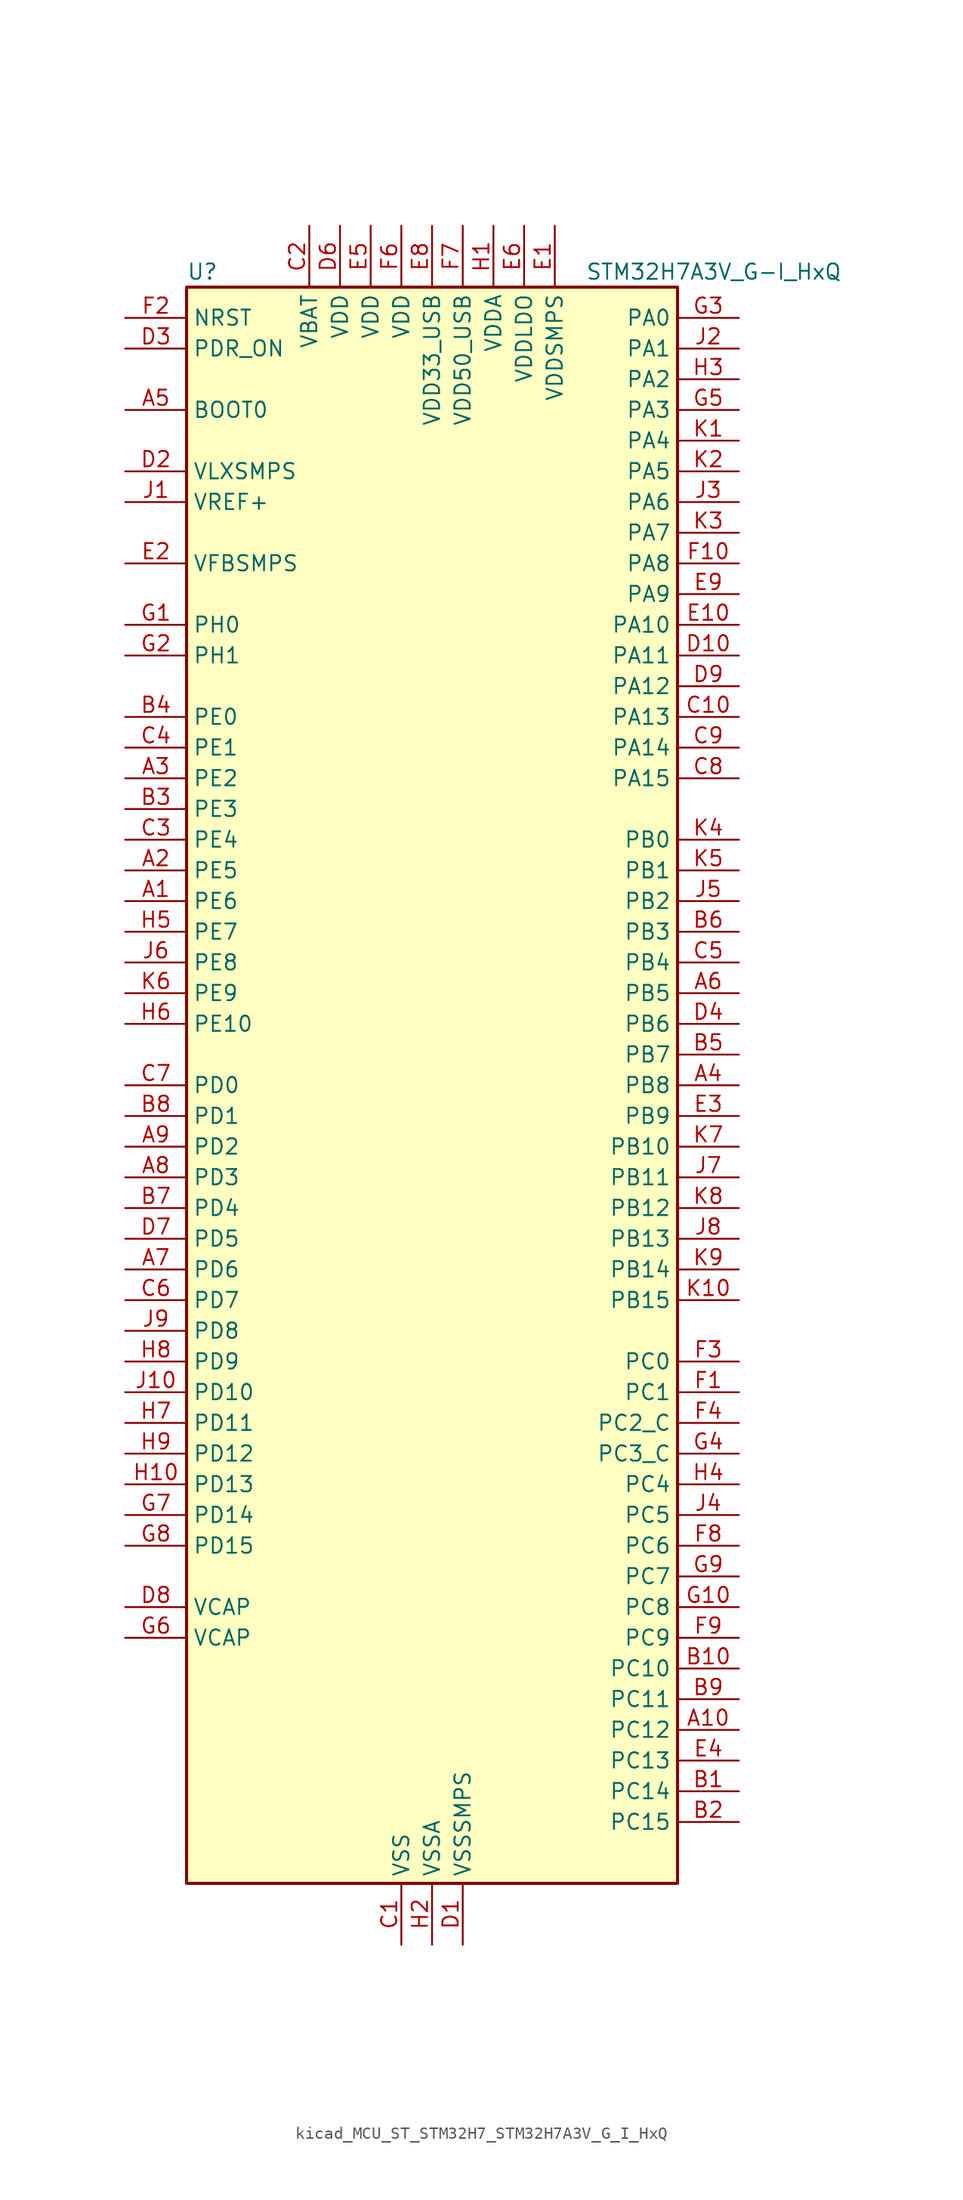
<source format=kicad_sym>
(kicad_symbol_lib
  (version 20220914)
  (generator kicad_symbol_editor)
  (symbol "kicad_MCU_ST_STM32H7_STM32H7A3V_G_I_HxQ"
    (property "Reference" "U"
      (at -20.32 67.31 0)
      (effects (font (size 1.27 1.27)) (justify left)))
    (property "Value" "STM32H7A3V_G-I_HxQ"
      (at 12.7 67.31 0)
      (effects (font (size 1.27 1.27)) (justify left)))
    (property "ki_locked" ""
      (at 0 0 0)
      (effects (font (size 1.27 1.27))))
    (symbol "kicad_MCU_ST_STM32H7_STM32H7A3V_G_I_HxQ_0_1"
      (rectangle (start -20.32 -66.04) (end 20.32 66.04) (stroke (width 0.254) (type default)) (fill (type background))))
    (symbol "kicad_MCU_ST_STM32H7_STM32H7A3V_G_I_HxQ_1_1"
      (pin bidirectional line (at -25.4 15.24 0) (length 5.08) (name "PE6" (effects (font (size 1.27 1.27)))) (number "A1" (effects (font (size 1.27 1.27)))) (alternate "DCMI_D7" bidirectional line) (alternate "DEBUG_TRACED3" bidirectional line) (alternate "FMC_A22" bidirectional line) (alternate "LTDC_G1" bidirectional line) (alternate "PSSI_D7" bidirectional line) (alternate "SAI1_D1" bidirectional line) (alternate "SAI1_SD_A" bidirectional line) (alternate "SAI2_MCLK_B" bidirectional line) (alternate "SPI4_MOSI" bidirectional line) (alternate "TIM15_CH2" bidirectional line) (alternate "TIM1_BKIN2" bidirectional line) (alternate "TIM1_BKIN2_COMP1" bidirectional line) (alternate "TIM1_BKIN2_COMP2" bidirectional line))
      (pin bidirectional line (at 25.4 -53.34 180) (length 5.08) (name "PC12" (effects (font (size 1.27 1.27)))) (number "A10" (effects (font (size 1.27 1.27)))) (alternate "DCMI_D9" bidirectional line) (alternate "DEBUG_TRACED3" bidirectional line) (alternate "DFSDM2_CKOUT" bidirectional line) (alternate "I2S3_SDO" bidirectional line) (alternate "I2S6_CK" bidirectional line) (alternate "LTDC_R6" bidirectional line) (alternate "PSSI_D9" bidirectional line) (alternate "SDMMC1_CK" bidirectional line) (alternate "SPI3_MOSI" bidirectional line) (alternate "SPI6_SCK" bidirectional line) (alternate "TIM15_CH1" bidirectional line) (alternate "UART5_TX" bidirectional line) (alternate "USART3_CK" bidirectional line))
      (pin bidirectional line (at -25.4 17.78 0) (length 5.08) (name "PE5" (effects (font (size 1.27 1.27)))) (number "A2" (effects (font (size 1.27 1.27)))) (alternate "DCMI_D6" bidirectional line) (alternate "DEBUG_TRACED2" bidirectional line) (alternate "DFSDM1_CKIN3" bidirectional line) (alternate "FMC_A21" bidirectional line) (alternate "LTDC_G0" bidirectional line) (alternate "PSSI_D6" bidirectional line) (alternate "SAI1_CK2" bidirectional line) (alternate "SAI1_SCK_A" bidirectional line) (alternate "SPI4_MISO" bidirectional line) (alternate "TIM15_CH1" bidirectional line))
      (pin bidirectional line (at -25.4 25.4 0) (length 5.08) (name "PE2" (effects (font (size 1.27 1.27)))) (number "A3" (effects (font (size 1.27 1.27)))) (alternate "DEBUG_TRACECLK" bidirectional line) (alternate "FMC_A23" bidirectional line) (alternate "OCTOSPIM_P1_IO2" bidirectional line) (alternate "SAI1_CK1" bidirectional line) (alternate "SAI1_MCLK_A" bidirectional line) (alternate "SPI4_SCK" bidirectional line) (alternate "USART10_RX" bidirectional line))
      (pin bidirectional line (at 25.4 0 180) (length 5.08) (name "PB8" (effects (font (size 1.27 1.27)))) (number "A4" (effects (font (size 1.27 1.27)))) (alternate "DCMI_D6" bidirectional line) (alternate "DFSDM1_CKIN7" bidirectional line) (alternate "FDCAN1_RX" bidirectional line) (alternate "I2C1_SCL" bidirectional line) (alternate "I2C4_SCL" bidirectional line) (alternate "LTDC_B6" bidirectional line) (alternate "PSSI_D6" bidirectional line) (alternate "SDMMC1_CKIN" bidirectional line) (alternate "SDMMC1_D4" bidirectional line) (alternate "SDMMC2_D4" bidirectional line) (alternate "TIM16_CH1" bidirectional line) (alternate "TIM4_CH3" bidirectional line) (alternate "UART4_RX" bidirectional line))
      (pin input line (at -25.4 55.88 0) (length 5.08) (name "BOOT0" (effects (font (size 1.27 1.27)))) (number "A5" (effects (font (size 1.27 1.27)))))
      (pin bidirectional line (at 25.4 7.62 180) (length 5.08) (name "PB5" (effects (font (size 1.27 1.27)))) (number "A6" (effects (font (size 1.27 1.27)))) (alternate "DCMI_D10" bidirectional line) (alternate "FDCAN2_RX" bidirectional line) (alternate "FMC_SDCKE1" bidirectional line) (alternate "I2C1_SMBA" bidirectional line) (alternate "I2C4_SMBA" bidirectional line) (alternate "I2S1_SDO" bidirectional line) (alternate "I2S3_SDO" bidirectional line) (alternate "I2S6_SDO" bidirectional line) (alternate "LTDC_B5" bidirectional line) (alternate "PSSI_D10" bidirectional line) (alternate "SPI1_MOSI" bidirectional line) (alternate "SPI3_MOSI" bidirectional line) (alternate "SPI6_MOSI" bidirectional line) (alternate "TIM17_BKIN" bidirectional line) (alternate "TIM3_CH2" bidirectional line) (alternate "UART5_RX" bidirectional line) (alternate "USB_OTG_HS_ULPI_D7" bidirectional line))
      (pin bidirectional line (at -25.4 -15.24 0) (length 5.08) (name "PD6" (effects (font (size 1.27 1.27)))) (number "A7" (effects (font (size 1.27 1.27)))) (alternate "DCMI_D10" bidirectional line) (alternate "DFSDM1_CKIN4" bidirectional line) (alternate "DFSDM1_DATIN1" bidirectional line) (alternate "FMC_NWAIT" bidirectional line) (alternate "I2S3_SDO" bidirectional line) (alternate "LTDC_B2" bidirectional line) (alternate "OCTOSPIM_P1_IO6" bidirectional line) (alternate "PSSI_D10" bidirectional line) (alternate "SAI1_D1" bidirectional line) (alternate "SAI1_SD_A" bidirectional line) (alternate "SDMMC2_CK" bidirectional line) (alternate "SPI3_MOSI" bidirectional line) (alternate "USART2_RX" bidirectional line))
      (pin bidirectional line (at -25.4 -7.62 0) (length 5.08) (name "PD3" (effects (font (size 1.27 1.27)))) (number "A8" (effects (font (size 1.27 1.27)))) (alternate "DCMI_D5" bidirectional line) (alternate "DFSDM1_CKOUT" bidirectional line) (alternate "FMC_CLK" bidirectional line) (alternate "I2S2_CK" bidirectional line) (alternate "LTDC_G7" bidirectional line) (alternate "PSSI_D5" bidirectional line) (alternate "SPI2_SCK" bidirectional line) (alternate "USART2_CTS" bidirectional line) (alternate "USART2_NSS" bidirectional line))
      (pin bidirectional line (at -25.4 -5.08 0) (length 5.08) (name "PD2" (effects (font (size 1.27 1.27)))) (number "A9" (effects (font (size 1.27 1.27)))) (alternate "DCMI_D11" bidirectional line) (alternate "DEBUG_TRACED2" bidirectional line) (alternate "LTDC_B2" bidirectional line) (alternate "LTDC_B7" bidirectional line) (alternate "PSSI_D11" bidirectional line) (alternate "SDMMC1_CMD" bidirectional line) (alternate "TIM15_BKIN" bidirectional line) (alternate "TIM3_ETR" bidirectional line) (alternate "UART5_RX" bidirectional line))
      (pin bidirectional line (at 25.4 -58.42 180) (length 5.08) (name "PC14" (effects (font (size 1.27 1.27)))) (number "B1" (effects (font (size 1.27 1.27)))) (alternate "RCC_OSC32_IN" bidirectional line))
      (pin bidirectional line (at 25.4 -48.26 180) (length 5.08) (name "PC10" (effects (font (size 1.27 1.27)))) (number "B10" (effects (font (size 1.27 1.27)))) (alternate "DCMI_D8" bidirectional line) (alternate "DFSDM1_CKIN5" bidirectional line) (alternate "DFSDM2_CKIN0" bidirectional line) (alternate "I2S3_CK" bidirectional line) (alternate "LTDC_B1" bidirectional line) (alternate "LTDC_R2" bidirectional line) (alternate "OCTOSPIM_P1_IO1" bidirectional line) (alternate "PSSI_D8" bidirectional line) (alternate "SDMMC1_D2" bidirectional line) (alternate "SPI3_SCK" bidirectional line) (alternate "SWPMI1_RX" bidirectional line) (alternate "UART4_TX" bidirectional line) (alternate "USART3_TX" bidirectional line))
      (pin bidirectional line (at 25.4 -60.96 180) (length 5.08) (name "PC15" (effects (font (size 1.27 1.27)))) (number "B2" (effects (font (size 1.27 1.27)))) (alternate "ADC1_EXTI15" bidirectional line) (alternate "ADC2_EXTI15" bidirectional line) (alternate "RCC_OSC32_OUT" bidirectional line))
      (pin bidirectional line (at -25.4 22.86 0) (length 5.08) (name "PE3" (effects (font (size 1.27 1.27)))) (number "B3" (effects (font (size 1.27 1.27)))) (alternate "DEBUG_TRACED0" bidirectional line) (alternate "FMC_A19" bidirectional line) (alternate "SAI1_SD_B" bidirectional line) (alternate "TIM15_BKIN" bidirectional line) (alternate "USART10_TX" bidirectional line))
      (pin bidirectional line (at -25.4 30.48 0) (length 5.08) (name "PE0" (effects (font (size 1.27 1.27)))) (number "B4" (effects (font (size 1.27 1.27)))) (alternate "DCMI_D2" bidirectional line) (alternate "FMC_NBL0" bidirectional line) (alternate "LPTIM1_ETR" bidirectional line) (alternate "LPTIM2_ETR" bidirectional line) (alternate "LTDC_R0" bidirectional line) (alternate "PSSI_D2" bidirectional line) (alternate "SAI2_MCLK_A" bidirectional line) (alternate "TIM4_ETR" bidirectional line) (alternate "UART8_RX" bidirectional line))
      (pin bidirectional line (at 25.4 2.54 180) (length 5.08) (name "PB7" (effects (font (size 1.27 1.27)))) (number "B5" (effects (font (size 1.27 1.27)))) (alternate "DCMI_VSYNC" bidirectional line) (alternate "DFSDM1_CKIN5" bidirectional line) (alternate "FMC_NL" bidirectional line) (alternate "I2C1_SDA" bidirectional line) (alternate "I2C4_SDA" bidirectional line) (alternate "LPUART1_RX" bidirectional line) (alternate "PSSI_RDY" bidirectional line) (alternate "PWR_PVD_IN" bidirectional line) (alternate "TIM17_CH1N" bidirectional line) (alternate "TIM4_CH2" bidirectional line) (alternate "USART1_RX" bidirectional line))
      (pin bidirectional line (at 25.4 12.7 180) (length 5.08) (name "PB3" (effects (font (size 1.27 1.27)))) (number "B6" (effects (font (size 1.27 1.27)))) (alternate "CRS_SYNC" bidirectional line) (alternate "DEBUG_JTDO-SWO" bidirectional line) (alternate "I2S1_CK" bidirectional line) (alternate "I2S3_CK" bidirectional line) (alternate "I2S6_CK" bidirectional line) (alternate "SDMMC2_D2" bidirectional line) (alternate "SPI1_SCK" bidirectional line) (alternate "SPI3_SCK" bidirectional line) (alternate "SPI6_SCK" bidirectional line) (alternate "TIM2_CH2" bidirectional line) (alternate "UART7_RX" bidirectional line))
      (pin bidirectional line (at -25.4 -10.16 0) (length 5.08) (name "PD4" (effects (font (size 1.27 1.27)))) (number "B7" (effects (font (size 1.27 1.27)))) (alternate "FMC_NOE" bidirectional line) (alternate "OCTOSPIM_P1_IO4" bidirectional line) (alternate "USART2_DE" bidirectional line) (alternate "USART2_RTS" bidirectional line))
      (pin bidirectional line (at -25.4 -2.54 0) (length 5.08) (name "PD1" (effects (font (size 1.27 1.27)))) (number "B8" (effects (font (size 1.27 1.27)))) (alternate "DFSDM1_DATIN6" bidirectional line) (alternate "FDCAN1_TX" bidirectional line) (alternate "FMC_D3" bidirectional line) (alternate "FMC_DA3" bidirectional line) (alternate "UART4_TX" bidirectional line))
      (pin bidirectional line (at 25.4 -50.8 180) (length 5.08) (name "PC11" (effects (font (size 1.27 1.27)))) (number "B9" (effects (font (size 1.27 1.27)))) (alternate "ADC1_EXTI11" bidirectional line) (alternate "ADC2_EXTI11" bidirectional line) (alternate "DCMI_D4" bidirectional line) (alternate "DFSDM1_DATIN5" bidirectional line) (alternate "DFSDM2_DATIN0" bidirectional line) (alternate "I2S3_SDI" bidirectional line) (alternate "LTDC_B4" bidirectional line) (alternate "OCTOSPIM_P1_NCS" bidirectional line) (alternate "PSSI_D4" bidirectional line) (alternate "SDMMC1_D3" bidirectional line) (alternate "SPI3_MISO" bidirectional line) (alternate "UART4_RX" bidirectional line) (alternate "USART3_RX" bidirectional line))
      (pin power_in line (at -2.54 -71.12 90) (length 5.08) (name "VSS" (effects (font (size 1.27 1.27)))) (number "C1" (effects (font (size 1.27 1.27)))))
      (pin bidirectional line (at 25.4 30.48 180) (length 5.08) (name "PA13" (effects (font (size 1.27 1.27)))) (number "C10" (effects (font (size 1.27 1.27)))) (alternate "DEBUG_JTMS-SWDIO" bidirectional line))
      (pin power_in line (at -10.16 71.12 270) (length 5.08) (name "VBAT" (effects (font (size 1.27 1.27)))) (number "C2" (effects (font (size 1.27 1.27)))))
      (pin bidirectional line (at -25.4 20.32 0) (length 5.08) (name "PE4" (effects (font (size 1.27 1.27)))) (number "C3" (effects (font (size 1.27 1.27)))) (alternate "DCMI_D4" bidirectional line) (alternate "DEBUG_TRACED1" bidirectional line) (alternate "DFSDM1_DATIN3" bidirectional line) (alternate "FMC_A20" bidirectional line) (alternate "LTDC_B0" bidirectional line) (alternate "PSSI_D4" bidirectional line) (alternate "SAI1_D2" bidirectional line) (alternate "SAI1_FS_A" bidirectional line) (alternate "SPI4_NSS" bidirectional line) (alternate "TIM15_CH1N" bidirectional line))
      (pin bidirectional line (at -25.4 27.94 0) (length 5.08) (name "PE1" (effects (font (size 1.27 1.27)))) (number "C4" (effects (font (size 1.27 1.27)))) (alternate "DCMI_D3" bidirectional line) (alternate "FMC_NBL1" bidirectional line) (alternate "LPTIM1_IN2" bidirectional line) (alternate "LTDC_R6" bidirectional line) (alternate "PSSI_D3" bidirectional line) (alternate "UART8_TX" bidirectional line))
      (pin bidirectional line (at 25.4 10.16 180) (length 5.08) (name "PB4" (effects (font (size 1.27 1.27)))) (number "C5" (effects (font (size 1.27 1.27)))) (alternate "DEBUG_JTRST" bidirectional line) (alternate "I2S1_SDI" bidirectional line) (alternate "I2S2_WS" bidirectional line) (alternate "I2S3_SDI" bidirectional line) (alternate "I2S6_SDI" bidirectional line) (alternate "SDMMC2_D3" bidirectional line) (alternate "SPI1_MISO" bidirectional line) (alternate "SPI2_NSS" bidirectional line) (alternate "SPI3_MISO" bidirectional line) (alternate "SPI6_MISO" bidirectional line) (alternate "TIM16_BKIN" bidirectional line) (alternate "TIM3_CH1" bidirectional line) (alternate "UART7_TX" bidirectional line))
      (pin bidirectional line (at -25.4 -17.78 0) (length 5.08) (name "PD7" (effects (font (size 1.27 1.27)))) (number "C6" (effects (font (size 1.27 1.27)))) (alternate "DFSDM1_CKIN1" bidirectional line) (alternate "DFSDM1_DATIN4" bidirectional line) (alternate "FMC_NE1" bidirectional line) (alternate "I2S1_SDO" bidirectional line) (alternate "OCTOSPIM_P1_IO7" bidirectional line) (alternate "SDMMC2_CMD" bidirectional line) (alternate "SPDIFRX_IN0" bidirectional line) (alternate "SPI1_MOSI" bidirectional line) (alternate "USART2_CK" bidirectional line))
      (pin bidirectional line (at -25.4 0 0) (length 5.08) (name "PD0" (effects (font (size 1.27 1.27)))) (number "C7" (effects (font (size 1.27 1.27)))) (alternate "DFSDM1_CKIN6" bidirectional line) (alternate "FDCAN1_RX" bidirectional line) (alternate "FMC_D2" bidirectional line) (alternate "FMC_DA2" bidirectional line) (alternate "LTDC_B1" bidirectional line) (alternate "UART4_RX" bidirectional line) (alternate "UART9_CTS" bidirectional line))
      (pin bidirectional line (at 25.4 25.4 180) (length 5.08) (name "PA15" (effects (font (size 1.27 1.27)))) (number "C8" (effects (font (size 1.27 1.27)))) (alternate "ADC1_EXTI15" bidirectional line) (alternate "ADC2_EXTI15" bidirectional line) (alternate "CEC" bidirectional line) (alternate "DEBUG_JTDI" bidirectional line) (alternate "I2S1_WS" bidirectional line) (alternate "I2S3_WS" bidirectional line) (alternate "I2S6_WS" bidirectional line) (alternate "LTDC_B6" bidirectional line) (alternate "LTDC_R3" bidirectional line) (alternate "SPI1_NSS" bidirectional line) (alternate "SPI3_NSS" bidirectional line) (alternate "SPI6_NSS" bidirectional line) (alternate "TIM2_CH1" bidirectional line) (alternate "TIM2_ETR" bidirectional line) (alternate "UART4_DE" bidirectional line) (alternate "UART4_RTS" bidirectional line) (alternate "UART7_TX" bidirectional line))
      (pin bidirectional line (at 25.4 27.94 180) (length 5.08) (name "PA14" (effects (font (size 1.27 1.27)))) (number "C9" (effects (font (size 1.27 1.27)))) (alternate "DEBUG_JTCK-SWCLK" bidirectional line))
      (pin power_in line (at 2.54 -71.12 90) (length 5.08) (name "VSSSMPS" (effects (font (size 1.27 1.27)))) (number "D1" (effects (font (size 1.27 1.27)))))
      (pin bidirectional line (at 25.4 35.56 180) (length 5.08) (name "PA11" (effects (font (size 1.27 1.27)))) (number "D10" (effects (font (size 1.27 1.27)))) (alternate "ADC1_EXTI11" bidirectional line) (alternate "ADC2_EXTI11" bidirectional line) (alternate "FDCAN1_RX" bidirectional line) (alternate "I2S2_WS" bidirectional line) (alternate "LPUART1_CTS" bidirectional line) (alternate "LTDC_R4" bidirectional line) (alternate "SPI2_NSS" bidirectional line) (alternate "TIM1_CH4" bidirectional line) (alternate "UART4_RX" bidirectional line) (alternate "USART1_CTS" bidirectional line) (alternate "USART1_NSS" bidirectional line) (alternate "USB_OTG_HS_DM" bidirectional line))
      (pin power_in line (at -25.4 50.8 0) (length 5.08) (name "VLXSMPS" (effects (font (size 1.27 1.27)))) (number "D2" (effects (font (size 1.27 1.27)))))
      (pin input line (at -25.4 60.96 0) (length 5.08) (name "PDR_ON" (effects (font (size 1.27 1.27)))) (number "D3" (effects (font (size 1.27 1.27)))))
      (pin bidirectional line (at 25.4 5.08 180) (length 5.08) (name "PB6" (effects (font (size 1.27 1.27)))) (number "D4" (effects (font (size 1.27 1.27)))) (alternate "CEC" bidirectional line) (alternate "DCMI_D5" bidirectional line) (alternate "DFSDM1_DATIN5" bidirectional line) (alternate "FDCAN2_TX" bidirectional line) (alternate "FMC_SDNE1" bidirectional line) (alternate "I2C1_SCL" bidirectional line) (alternate "I2C4_SCL" bidirectional line) (alternate "LPUART1_TX" bidirectional line) (alternate "OCTOSPIM_P1_NCS" bidirectional line) (alternate "PSSI_D5" bidirectional line) (alternate "TIM16_CH1N" bidirectional line) (alternate "TIM4_CH1" bidirectional line) (alternate "UART5_TX" bidirectional line) (alternate "USART1_TX" bidirectional line))
      (pin passive line (at -2.54 -71.12 90) (length 5.08) hide (name "VSS" (effects (font (size 1.27 1.27)))) (number "D5" (effects (font (size 1.27 1.27)))))
      (pin power_in line (at -7.62 71.12 270) (length 5.08) (name "VDD" (effects (font (size 1.27 1.27)))) (number "D6" (effects (font (size 1.27 1.27)))))
      (pin bidirectional line (at -25.4 -12.7 0) (length 5.08) (name "PD5" (effects (font (size 1.27 1.27)))) (number "D7" (effects (font (size 1.27 1.27)))) (alternate "FMC_NWE" bidirectional line) (alternate "OCTOSPIM_P1_IO5" bidirectional line) (alternate "USART2_TX" bidirectional line))
      (pin power_out line (at -25.4 -43.18 0) (length 5.08) (name "VCAP" (effects (font (size 1.27 1.27)))) (number "D8" (effects (font (size 1.27 1.27)))))
      (pin bidirectional line (at 25.4 33.02 180) (length 5.08) (name "PA12" (effects (font (size 1.27 1.27)))) (number "D9" (effects (font (size 1.27 1.27)))) (alternate "FDCAN1_TX" bidirectional line) (alternate "I2S2_CK" bidirectional line) (alternate "LPUART1_DE" bidirectional line) (alternate "LPUART1_RTS" bidirectional line) (alternate "LTDC_R5" bidirectional line) (alternate "SAI2_FS_B" bidirectional line) (alternate "SPI2_SCK" bidirectional line) (alternate "TIM1_ETR" bidirectional line) (alternate "UART4_TX" bidirectional line) (alternate "USART1_DE" bidirectional line) (alternate "USART1_RTS" bidirectional line) (alternate "USB_OTG_HS_DP" bidirectional line))
      (pin power_in line (at 10.16 71.12 270) (length 5.08) (name "VDDSMPS" (effects (font (size 1.27 1.27)))) (number "E1" (effects (font (size 1.27 1.27)))))
      (pin bidirectional line (at 25.4 38.1 180) (length 5.08) (name "PA10" (effects (font (size 1.27 1.27)))) (number "E10" (effects (font (size 1.27 1.27)))) (alternate "DCMI_D1" bidirectional line) (alternate "LPUART1_RX" bidirectional line) (alternate "LTDC_B1" bidirectional line) (alternate "LTDC_B4" bidirectional line) (alternate "MDIOS_MDIO" bidirectional line) (alternate "PSSI_D1" bidirectional line) (alternate "TIM1_CH3" bidirectional line) (alternate "USART1_RX" bidirectional line) (alternate "USB_OTG_HS_ID" bidirectional line))
      (pin input line (at -25.4 43.18 0) (length 5.08) (name "VFBSMPS" (effects (font (size 1.27 1.27)))) (number "E2" (effects (font (size 1.27 1.27)))))
      (pin bidirectional line (at 25.4 -2.54 180) (length 5.08) (name "PB9" (effects (font (size 1.27 1.27)))) (number "E3" (effects (font (size 1.27 1.27)))) (alternate "DAC1_EXTI9" bidirectional line) (alternate "DCMI_D7" bidirectional line) (alternate "DFSDM1_DATIN7" bidirectional line) (alternate "FDCAN1_TX" bidirectional line) (alternate "I2C1_SDA" bidirectional line) (alternate "I2C4_SDA" bidirectional line) (alternate "I2C4_SMBA" bidirectional line) (alternate "I2S2_WS" bidirectional line) (alternate "LTDC_B7" bidirectional line) (alternate "PSSI_D7" bidirectional line) (alternate "SDMMC1_CDIR" bidirectional line) (alternate "SDMMC1_D5" bidirectional line) (alternate "SDMMC2_D5" bidirectional line) (alternate "SPI2_NSS" bidirectional line) (alternate "TIM17_CH1" bidirectional line) (alternate "TIM4_CH4" bidirectional line) (alternate "UART4_TX" bidirectional line))
      (pin bidirectional line (at 25.4 -55.88 180) (length 5.08) (name "PC13" (effects (font (size 1.27 1.27)))) (number "E4" (effects (font (size 1.27 1.27)))) (alternate "PWR_WKUP4" bidirectional line) (alternate "RTC_OUT_ALARM" bidirectional line) (alternate "RTC_OUT_CALIB" bidirectional line) (alternate "RTC_TAMP1" bidirectional line) (alternate "RTC_TS" bidirectional line))
      (pin power_in line (at -5.08 71.12 270) (length 5.08) (name "VDD" (effects (font (size 1.27 1.27)))) (number "E5" (effects (font (size 1.27 1.27)))))
      (pin power_in line (at 7.62 71.12 270) (length 5.08) (name "VDDLDO" (effects (font (size 1.27 1.27)))) (number "E6" (effects (font (size 1.27 1.27)))))
      (pin passive line (at -2.54 -71.12 90) (length 5.08) hide (name "VSS" (effects (font (size 1.27 1.27)))) (number "E7" (effects (font (size 1.27 1.27)))))
      (pin power_in line (at 0 71.12 270) (length 5.08) (name "VDD33_USB" (effects (font (size 1.27 1.27)))) (number "E8" (effects (font (size 1.27 1.27)))))
      (pin bidirectional line (at 25.4 40.64 180) (length 5.08) (name "PA9" (effects (font (size 1.27 1.27)))) (number "E9" (effects (font (size 1.27 1.27)))) (alternate "DAC1_EXTI9" bidirectional line) (alternate "DCMI_D0" bidirectional line) (alternate "I2C3_SMBA" bidirectional line) (alternate "I2S2_CK" bidirectional line) (alternate "LPUART1_TX" bidirectional line) (alternate "LTDC_R5" bidirectional line) (alternate "PSSI_D0" bidirectional line) (alternate "SPI2_SCK" bidirectional line) (alternate "TIM1_CH2" bidirectional line) (alternate "USART1_TX" bidirectional line) (alternate "USB_OTG_HS_VBUS" bidirectional line))
      (pin bidirectional line (at 25.4 -25.4 180) (length 5.08) (name "PC1" (effects (font (size 1.27 1.27)))) (number "F1" (effects (font (size 1.27 1.27)))) (alternate "ADC1_INN10" bidirectional line) (alternate "ADC1_INP11" bidirectional line) (alternate "ADC2_INN10" bidirectional line) (alternate "ADC2_INP11" bidirectional line) (alternate "DEBUG_TRACED0" bidirectional line) (alternate "DFSDM1_CKIN4" bidirectional line) (alternate "DFSDM1_DATIN0" bidirectional line) (alternate "I2S2_SDO" bidirectional line) (alternate "LTDC_G5" bidirectional line) (alternate "MDIOS_MDC" bidirectional line) (alternate "OCTOSPIM_P1_IO4" bidirectional line) (alternate "PWR_WKUP6" bidirectional line) (alternate "RTC_TAMP3" bidirectional line) (alternate "SAI1_D1" bidirectional line) (alternate "SAI1_SD_A" bidirectional line) (alternate "SDMMC2_CK" bidirectional line) (alternate "SPI2_MOSI" bidirectional line))
      (pin bidirectional line (at 25.4 43.18 180) (length 5.08) (name "PA8" (effects (font (size 1.27 1.27)))) (number "F10" (effects (font (size 1.27 1.27)))) (alternate "I2C3_SCL" bidirectional line) (alternate "LTDC_B3" bidirectional line) (alternate "LTDC_R6" bidirectional line) (alternate "RCC_MCO_1" bidirectional line) (alternate "TIM1_CH1" bidirectional line) (alternate "TIM8_BKIN2" bidirectional line) (alternate "TIM8_BKIN2_COMP1" bidirectional line) (alternate "TIM8_BKIN2_COMP2" bidirectional line) (alternate "UART7_RX" bidirectional line) (alternate "USART1_CK" bidirectional line) (alternate "USB_OTG_HS_SOF" bidirectional line))
      (pin input line (at -25.4 63.5 0) (length 5.08) (name "NRST" (effects (font (size 1.27 1.27)))) (number "F2" (effects (font (size 1.27 1.27)))))
      (pin bidirectional line (at 25.4 -22.86 180) (length 5.08) (name "PC0" (effects (font (size 1.27 1.27)))) (number "F3" (effects (font (size 1.27 1.27)))) (alternate "ADC1_INP10" bidirectional line) (alternate "ADC2_INP10" bidirectional line) (alternate "DFSDM1_CKIN0" bidirectional line) (alternate "DFSDM1_DATIN4" bidirectional line) (alternate "FMC_A25" bidirectional line) (alternate "FMC_SDNWE" bidirectional line) (alternate "LTDC_G2" bidirectional line) (alternate "LTDC_R5" bidirectional line) (alternate "SAI2_FS_B" bidirectional line) (alternate "USB_OTG_HS_ULPI_STP" bidirectional line))
      (pin bidirectional line (at 25.4 -27.94 180) (length 5.08) (name "PC2_C" (effects (font (size 1.27 1.27)))) (number "F4" (effects (font (size 1.27 1.27)))) (alternate "ADC2_INN1" bidirectional line) (alternate "ADC2_INP0" bidirectional line) (alternate "DFSDM1_CKIN1" bidirectional line) (alternate "DFSDM1_CKOUT" bidirectional line) (alternate "FMC_SDNE0" bidirectional line) (alternate "I2S2_SDI" bidirectional line) (alternate "OCTOSPIM_P1_IO2" bidirectional line) (alternate "OCTOSPIM_P1_IO5" bidirectional line) (alternate "PWR_CSTOP" bidirectional line) (alternate "SPI2_MISO" bidirectional line) (alternate "USB_OTG_HS_ULPI_DIR" bidirectional line))
      (pin passive line (at -2.54 -71.12 90) (length 5.08) hide (name "VSS" (effects (font (size 1.27 1.27)))) (number "F5" (effects (font (size 1.27 1.27)))))
      (pin power_in line (at -2.54 71.12 270) (length 5.08) (name "VDD" (effects (font (size 1.27 1.27)))) (number "F6" (effects (font (size 1.27 1.27)))))
      (pin power_in line (at 2.54 71.12 270) (length 5.08) (name "VDD50_USB" (effects (font (size 1.27 1.27)))) (number "F7" (effects (font (size 1.27 1.27)))))
      (pin bidirectional line (at 25.4 -38.1 180) (length 5.08) (name "PC6" (effects (font (size 1.27 1.27)))) (number "F8" (effects (font (size 1.27 1.27)))) (alternate "DCMI_D0" bidirectional line) (alternate "DFSDM1_CKIN3" bidirectional line) (alternate "FMC_NWAIT" bidirectional line) (alternate "I2S2_MCK" bidirectional line) (alternate "LTDC_HSYNC" bidirectional line) (alternate "PSSI_D0" bidirectional line) (alternate "SDMMC1_D0DIR" bidirectional line) (alternate "SDMMC1_D6" bidirectional line) (alternate "SDMMC2_D6" bidirectional line) (alternate "SWPMI1_IO" bidirectional line) (alternate "TIM3_CH1" bidirectional line) (alternate "TIM8_CH1" bidirectional line) (alternate "USART6_TX" bidirectional line))
      (pin bidirectional line (at 25.4 -45.72 180) (length 5.08) (name "PC9" (effects (font (size 1.27 1.27)))) (number "F9" (effects (font (size 1.27 1.27)))) (alternate "DAC1_EXTI9" bidirectional line) (alternate "DCMI_D3" bidirectional line) (alternate "I2C3_SDA" bidirectional line) (alternate "I2S_CKIN" bidirectional line) (alternate "LTDC_B2" bidirectional line) (alternate "LTDC_G3" bidirectional line) (alternate "OCTOSPIM_P1_IO0" bidirectional line) (alternate "PSSI_D3" bidirectional line) (alternate "RCC_MCO_2" bidirectional line) (alternate "SDMMC1_D1" bidirectional line) (alternate "SWPMI1_SUSPEND" bidirectional line) (alternate "TIM3_CH4" bidirectional line) (alternate "TIM8_CH4" bidirectional line) (alternate "UART5_CTS" bidirectional line))
      (pin bidirectional line (at -25.4 38.1 0) (length 5.08) (name "PH0" (effects (font (size 1.27 1.27)))) (number "G1" (effects (font (size 1.27 1.27)))) (alternate "RCC_OSC_IN" bidirectional line))
      (pin bidirectional line (at 25.4 -43.18 180) (length 5.08) (name "PC8" (effects (font (size 1.27 1.27)))) (number "G10" (effects (font (size 1.27 1.27)))) (alternate "DCMI_D2" bidirectional line) (alternate "DEBUG_TRACED1" bidirectional line) (alternate "FMC_INT" bidirectional line) (alternate "FMC_NCE" bidirectional line) (alternate "FMC_NE2" bidirectional line) (alternate "PSSI_D2" bidirectional line) (alternate "SDMMC1_D0" bidirectional line) (alternate "SWPMI1_RX" bidirectional line) (alternate "TIM3_CH3" bidirectional line) (alternate "TIM8_CH3" bidirectional line) (alternate "UART5_DE" bidirectional line) (alternate "UART5_RTS" bidirectional line) (alternate "USART6_CK" bidirectional line))
      (pin bidirectional line (at -25.4 35.56 0) (length 5.08) (name "PH1" (effects (font (size 1.27 1.27)))) (number "G2" (effects (font (size 1.27 1.27)))) (alternate "RCC_OSC_OUT" bidirectional line))
      (pin bidirectional line (at 25.4 63.5 180) (length 5.08) (name "PA0" (effects (font (size 1.27 1.27)))) (number "G3" (effects (font (size 1.27 1.27)))) (alternate "ADC1_INP16" bidirectional line) (alternate "I2S6_WS" bidirectional line) (alternate "PWR_WKUP1" bidirectional line) (alternate "SAI2_SD_B" bidirectional line) (alternate "SDMMC2_CMD" bidirectional line) (alternate "SPI6_NSS" bidirectional line) (alternate "TIM15_BKIN" bidirectional line) (alternate "TIM2_CH1" bidirectional line) (alternate "TIM2_ETR" bidirectional line) (alternate "TIM5_CH1" bidirectional line) (alternate "TIM8_ETR" bidirectional line) (alternate "UART4_TX" bidirectional line) (alternate "USART2_CTS" bidirectional line) (alternate "USART2_NSS" bidirectional line))
      (pin bidirectional line (at 25.4 -30.48 180) (length 5.08) (name "PC3_C" (effects (font (size 1.27 1.27)))) (number "G4" (effects (font (size 1.27 1.27)))) (alternate "ADC2_INP1" bidirectional line) (alternate "DFSDM1_DATIN1" bidirectional line) (alternate "FMC_SDCKE0" bidirectional line) (alternate "I2S2_SDO" bidirectional line) (alternate "OCTOSPIM_P1_IO0" bidirectional line) (alternate "OCTOSPIM_P1_IO6" bidirectional line) (alternate "PWR_CSLEEP" bidirectional line) (alternate "SPI2_MOSI" bidirectional line) (alternate "USB_OTG_HS_ULPI_NXT" bidirectional line))
      (pin bidirectional line (at 25.4 55.88 180) (length 5.08) (name "PA3" (effects (font (size 1.27 1.27)))) (number "G5" (effects (font (size 1.27 1.27)))) (alternate "ADC1_INP15" bidirectional line) (alternate "I2S6_MCK" bidirectional line) (alternate "LTDC_B2" bidirectional line) (alternate "LTDC_B5" bidirectional line) (alternate "OCTOSPIM_P1_CLK" bidirectional line) (alternate "TIM15_CH2" bidirectional line) (alternate "TIM2_CH4" bidirectional line) (alternate "TIM5_CH4" bidirectional line) (alternate "USART2_RX" bidirectional line) (alternate "USB_OTG_HS_ULPI_D0" bidirectional line))
      (pin power_out line (at -25.4 -45.72 0) (length 5.08) (name "VCAP" (effects (font (size 1.27 1.27)))) (number "G6" (effects (font (size 1.27 1.27)))))
      (pin bidirectional line (at -25.4 -35.56 0) (length 5.08) (name "PD14" (effects (font (size 1.27 1.27)))) (number "G7" (effects (font (size 1.27 1.27)))) (alternate "FMC_D0" bidirectional line) (alternate "FMC_DA0" bidirectional line) (alternate "TIM4_CH3" bidirectional line) (alternate "UART8_CTS" bidirectional line) (alternate "UART9_RX" bidirectional line))
      (pin bidirectional line (at -25.4 -38.1 0) (length 5.08) (name "PD15" (effects (font (size 1.27 1.27)))) (number "G8" (effects (font (size 1.27 1.27)))) (alternate "ADC1_EXTI15" bidirectional line) (alternate "ADC2_EXTI15" bidirectional line) (alternate "FMC_D1" bidirectional line) (alternate "FMC_DA1" bidirectional line) (alternate "TIM4_CH4" bidirectional line) (alternate "UART8_DE" bidirectional line) (alternate "UART8_RTS" bidirectional line) (alternate "UART9_TX" bidirectional line))
      (pin bidirectional line (at 25.4 -40.64 180) (length 5.08) (name "PC7" (effects (font (size 1.27 1.27)))) (number "G9" (effects (font (size 1.27 1.27)))) (alternate "DCMI_D1" bidirectional line) (alternate "DEBUG_TRGIO" bidirectional line) (alternate "DFSDM1_DATIN3" bidirectional line) (alternate "FMC_NE1" bidirectional line) (alternate "I2S3_MCK" bidirectional line) (alternate "LTDC_G6" bidirectional line) (alternate "PSSI_D1" bidirectional line) (alternate "SDMMC1_D123DIR" bidirectional line) (alternate "SDMMC1_D7" bidirectional line) (alternate "SDMMC2_D7" bidirectional line) (alternate "SWPMI1_TX" bidirectional line) (alternate "TIM3_CH2" bidirectional line) (alternate "TIM8_CH2" bidirectional line) (alternate "USART6_RX" bidirectional line))
      (pin power_in line (at 5.08 71.12 270) (length 5.08) (name "VDDA" (effects (font (size 1.27 1.27)))) (number "H1" (effects (font (size 1.27 1.27)))))
      (pin bidirectional line (at -25.4 -33.02 0) (length 5.08) (name "PD13" (effects (font (size 1.27 1.27)))) (number "H10" (effects (font (size 1.27 1.27)))) (alternate "DCMI_D13" bidirectional line) (alternate "FMC_A18" bidirectional line) (alternate "I2C4_SDA" bidirectional line) (alternate "LPTIM1_OUT" bidirectional line) (alternate "OCTOSPIM_P1_IO3" bidirectional line) (alternate "PSSI_D13" bidirectional line) (alternate "SAI2_SCK_A" bidirectional line) (alternate "TIM4_CH2" bidirectional line) (alternate "UART9_DE" bidirectional line) (alternate "UART9_RTS" bidirectional line))
      (pin power_in line (at 0 -71.12 90) (length 5.08) (name "VSSA" (effects (font (size 1.27 1.27)))) (number "H2" (effects (font (size 1.27 1.27)))))
      (pin bidirectional line (at 25.4 58.42 180) (length 5.08) (name "PA2" (effects (font (size 1.27 1.27)))) (number "H3" (effects (font (size 1.27 1.27)))) (alternate "ADC1_INP14" bidirectional line) (alternate "DFSDM2_CKIN1" bidirectional line) (alternate "LTDC_R1" bidirectional line) (alternate "MDIOS_MDIO" bidirectional line) (alternate "PWR_WKUP2" bidirectional line) (alternate "SAI2_SCK_B" bidirectional line) (alternate "TIM15_CH1" bidirectional line) (alternate "TIM2_CH3" bidirectional line) (alternate "TIM5_CH3" bidirectional line) (alternate "USART2_TX" bidirectional line))
      (pin bidirectional line (at 25.4 -33.02 180) (length 5.08) (name "PC4" (effects (font (size 1.27 1.27)))) (number "H4" (effects (font (size 1.27 1.27)))) (alternate "ADC1_INP4" bidirectional line) (alternate "ADC2_INP4" bidirectional line) (alternate "COMP1_INM" bidirectional line) (alternate "DFSDM1_CKIN2" bidirectional line) (alternate "FMC_SDNE0" bidirectional line) (alternate "I2S1_MCK" bidirectional line) (alternate "LTDC_R7" bidirectional line) (alternate "OPAMP1_VOUT" bidirectional line) (alternate "SPDIFRX_IN2" bidirectional line))
      (pin bidirectional line (at -25.4 12.7 0) (length 5.08) (name "PE7" (effects (font (size 1.27 1.27)))) (number "H5" (effects (font (size 1.27 1.27)))) (alternate "COMP2_INM" bidirectional line) (alternate "DFSDM1_DATIN2" bidirectional line) (alternate "FMC_D4" bidirectional line) (alternate "FMC_DA4" bidirectional line) (alternate "OCTOSPIM_P1_IO4" bidirectional line) (alternate "OPAMP2_VOUT" bidirectional line) (alternate "TIM1_ETR" bidirectional line) (alternate "UART7_RX" bidirectional line))
      (pin bidirectional line (at -25.4 5.08 0) (length 5.08) (name "PE10" (effects (font (size 1.27 1.27)))) (number "H6" (effects (font (size 1.27 1.27)))) (alternate "COMP2_INM" bidirectional line) (alternate "DFSDM1_DATIN4" bidirectional line) (alternate "FMC_D7" bidirectional line) (alternate "FMC_DA7" bidirectional line) (alternate "OCTOSPIM_P1_IO7" bidirectional line) (alternate "TIM1_CH2N" bidirectional line) (alternate "UART7_CTS" bidirectional line))
      (pin bidirectional line (at -25.4 -27.94 0) (length 5.08) (name "PD11" (effects (font (size 1.27 1.27)))) (number "H7" (effects (font (size 1.27 1.27)))) (alternate "ADC1_EXTI11" bidirectional line) (alternate "ADC2_EXTI11" bidirectional line) (alternate "FMC_A16" bidirectional line) (alternate "FMC_CLE" bidirectional line) (alternate "I2C4_SMBA" bidirectional line) (alternate "LPTIM2_IN2" bidirectional line) (alternate "OCTOSPIM_P1_IO0" bidirectional line) (alternate "SAI2_SD_A" bidirectional line) (alternate "USART3_CTS" bidirectional line) (alternate "USART3_NSS" bidirectional line))
      (pin bidirectional line (at -25.4 -22.86 0) (length 5.08) (name "PD9" (effects (font (size 1.27 1.27)))) (number "H8" (effects (font (size 1.27 1.27)))) (alternate "DAC1_EXTI9" bidirectional line) (alternate "DFSDM1_DATIN3" bidirectional line) (alternate "FMC_D14" bidirectional line) (alternate "FMC_DA14" bidirectional line) (alternate "USART3_RX" bidirectional line))
      (pin bidirectional line (at -25.4 -30.48 0) (length 5.08) (name "PD12" (effects (font (size 1.27 1.27)))) (number "H9" (effects (font (size 1.27 1.27)))) (alternate "DCMI_D12" bidirectional line) (alternate "FMC_A17" bidirectional line) (alternate "FMC_ALE" bidirectional line) (alternate "I2C4_SCL" bidirectional line) (alternate "LPTIM1_IN1" bidirectional line) (alternate "LPTIM2_IN1" bidirectional line) (alternate "OCTOSPIM_P1_IO1" bidirectional line) (alternate "PSSI_D12" bidirectional line) (alternate "SAI2_FS_A" bidirectional line) (alternate "TIM4_CH1" bidirectional line) (alternate "USART3_DE" bidirectional line) (alternate "USART3_RTS" bidirectional line))
      (pin input line (at -25.4 48.26 0) (length 5.08) (name "VREF+" (effects (font (size 1.27 1.27)))) (number "J1" (effects (font (size 1.27 1.27)))) (alternate "VREFBUF_OUT" bidirectional line))
      (pin bidirectional line (at -25.4 -25.4 0) (length 5.08) (name "PD10" (effects (font (size 1.27 1.27)))) (number "J10" (effects (font (size 1.27 1.27)))) (alternate "DFSDM1_CKOUT" bidirectional line) (alternate "DFSDM2_CKOUT" bidirectional line) (alternate "FMC_D15" bidirectional line) (alternate "FMC_DA15" bidirectional line) (alternate "LTDC_B3" bidirectional line) (alternate "USART3_CK" bidirectional line))
      (pin bidirectional line (at 25.4 60.96 180) (length 5.08) (name "PA1" (effects (font (size 1.27 1.27)))) (number "J2" (effects (font (size 1.27 1.27)))) (alternate "ADC1_INN16" bidirectional line) (alternate "ADC1_INP17" bidirectional line) (alternate "LPTIM3_OUT" bidirectional line) (alternate "LTDC_R2" bidirectional line) (alternate "OCTOSPIM_P1_DQS" bidirectional line) (alternate "OCTOSPIM_P1_IO3" bidirectional line) (alternate "SAI2_MCLK_B" bidirectional line) (alternate "TIM15_CH1N" bidirectional line) (alternate "TIM2_CH2" bidirectional line) (alternate "TIM5_CH2" bidirectional line) (alternate "UART4_RX" bidirectional line) (alternate "USART2_DE" bidirectional line) (alternate "USART2_RTS" bidirectional line))
      (pin bidirectional line (at 25.4 48.26 180) (length 5.08) (name "PA6" (effects (font (size 1.27 1.27)))) (number "J3" (effects (font (size 1.27 1.27)))) (alternate "ADC1_INP3" bidirectional line) (alternate "ADC2_INP3" bidirectional line) (alternate "DAC2_OUT1" bidirectional line) (alternate "DCMI_PIXCLK" bidirectional line) (alternate "I2S1_SDI" bidirectional line) (alternate "I2S6_SDI" bidirectional line) (alternate "LTDC_G2" bidirectional line) (alternate "MDIOS_MDC" bidirectional line) (alternate "OCTOSPIM_P1_IO3" bidirectional line) (alternate "PSSI_PDCK" bidirectional line) (alternate "SPI1_MISO" bidirectional line) (alternate "SPI6_MISO" bidirectional line) (alternate "TIM13_CH1" bidirectional line) (alternate "TIM1_BKIN" bidirectional line) (alternate "TIM1_BKIN_COMP1" bidirectional line) (alternate "TIM1_BKIN_COMP2" bidirectional line) (alternate "TIM3_CH1" bidirectional line) (alternate "TIM8_BKIN" bidirectional line) (alternate "TIM8_BKIN_COMP1" bidirectional line) (alternate "TIM8_BKIN_COMP2" bidirectional line))
      (pin bidirectional line (at 25.4 -35.56 180) (length 5.08) (name "PC5" (effects (font (size 1.27 1.27)))) (number "J4" (effects (font (size 1.27 1.27)))) (alternate "ADC1_INN4" bidirectional line) (alternate "ADC1_INP8" bidirectional line) (alternate "ADC2_INN4" bidirectional line) (alternate "ADC2_INP8" bidirectional line) (alternate "COMP1_OUT" bidirectional line) (alternate "DFSDM1_DATIN2" bidirectional line) (alternate "FMC_SDCKE0" bidirectional line) (alternate "LTDC_DE" bidirectional line) (alternate "OCTOSPIM_P1_DQS" bidirectional line) (alternate "OPAMP1_VINM" bidirectional line) (alternate "PSSI_D15" bidirectional line) (alternate "SAI1_D3" bidirectional line) (alternate "SPDIFRX_IN3" bidirectional line))
      (pin bidirectional line (at 25.4 15.24 180) (length 5.08) (name "PB2" (effects (font (size 1.27 1.27)))) (number "J5" (effects (font (size 1.27 1.27)))) (alternate "COMP1_INP" bidirectional line) (alternate "DFSDM1_CKIN1" bidirectional line) (alternate "I2S3_SDO" bidirectional line) (alternate "OCTOSPIM_P1_CLK" bidirectional line) (alternate "OCTOSPIM_P1_DQS" bidirectional line) (alternate "RTC_OUT_ALARM" bidirectional line) (alternate "RTC_OUT_CALIB" bidirectional line) (alternate "SAI1_D1" bidirectional line) (alternate "SAI1_SD_A" bidirectional line) (alternate "SPI3_MOSI" bidirectional line))
      (pin bidirectional line (at -25.4 10.16 0) (length 5.08) (name "PE8" (effects (font (size 1.27 1.27)))) (number "J6" (effects (font (size 1.27 1.27)))) (alternate "COMP2_OUT" bidirectional line) (alternate "DFSDM1_CKIN2" bidirectional line) (alternate "FMC_D5" bidirectional line) (alternate "FMC_DA5" bidirectional line) (alternate "OCTOSPIM_P1_IO5" bidirectional line) (alternate "OPAMP2_VINM" bidirectional line) (alternate "TIM1_CH1N" bidirectional line) (alternate "UART7_TX" bidirectional line))
      (pin bidirectional line (at 25.4 -7.62 180) (length 5.08) (name "PB11" (effects (font (size 1.27 1.27)))) (number "J7" (effects (font (size 1.27 1.27)))) (alternate "ADC1_EXTI11" bidirectional line) (alternate "ADC2_EXTI11" bidirectional line) (alternate "DFSDM1_CKIN7" bidirectional line) (alternate "I2C2_SDA" bidirectional line) (alternate "LPTIM2_ETR" bidirectional line) (alternate "LTDC_G5" bidirectional line) (alternate "TIM2_CH4" bidirectional line) (alternate "USART3_RX" bidirectional line) (alternate "USB_OTG_HS_ULPI_D4" bidirectional line))
      (pin bidirectional line (at 25.4 -12.7 180) (length 5.08) (name "PB13" (effects (font (size 1.27 1.27)))) (number "J8" (effects (font (size 1.27 1.27)))) (alternate "DCMI_D2" bidirectional line) (alternate "DFSDM1_CKIN1" bidirectional line) (alternate "DFSDM2_CKIN1" bidirectional line) (alternate "FDCAN2_TX" bidirectional line) (alternate "I2S2_CK" bidirectional line) (alternate "LPTIM2_OUT" bidirectional line) (alternate "PSSI_D2" bidirectional line) (alternate "SDMMC1_D0" bidirectional line) (alternate "SPI2_SCK" bidirectional line) (alternate "TIM1_CH1N" bidirectional line) (alternate "UART5_TX" bidirectional line) (alternate "USART3_CTS" bidirectional line) (alternate "USART3_NSS" bidirectional line) (alternate "USB_OTG_HS_ULPI_D6" bidirectional line))
      (pin bidirectional line (at -25.4 -20.32 0) (length 5.08) (name "PD8" (effects (font (size 1.27 1.27)))) (number "J9" (effects (font (size 1.27 1.27)))) (alternate "DFSDM1_CKIN3" bidirectional line) (alternate "FMC_D13" bidirectional line) (alternate "FMC_DA13" bidirectional line) (alternate "SPDIFRX_IN1" bidirectional line) (alternate "USART3_TX" bidirectional line))
      (pin bidirectional line (at 25.4 53.34 180) (length 5.08) (name "PA4" (effects (font (size 1.27 1.27)))) (number "K1" (effects (font (size 1.27 1.27)))) (alternate "ADC1_INP18" bidirectional line) (alternate "DAC1_OUT1" bidirectional line) (alternate "DCMI_HSYNC" bidirectional line) (alternate "I2S1_WS" bidirectional line) (alternate "I2S3_WS" bidirectional line) (alternate "I2S6_WS" bidirectional line) (alternate "LTDC_VSYNC" bidirectional line) (alternate "PSSI_DE" bidirectional line) (alternate "SPI1_NSS" bidirectional line) (alternate "SPI3_NSS" bidirectional line) (alternate "SPI6_NSS" bidirectional line) (alternate "TIM5_ETR" bidirectional line) (alternate "USART2_CK" bidirectional line))
      (pin bidirectional line (at 25.4 -17.78 180) (length 5.08) (name "PB15" (effects (font (size 1.27 1.27)))) (number "K10" (effects (font (size 1.27 1.27)))) (alternate "ADC1_EXTI15" bidirectional line) (alternate "ADC2_EXTI15" bidirectional line) (alternate "DFSDM1_CKIN2" bidirectional line) (alternate "I2S2_SDO" bidirectional line) (alternate "LTDC_G7" bidirectional line) (alternate "RTC_REFIN" bidirectional line) (alternate "SDMMC2_D1" bidirectional line) (alternate "SPI2_MOSI" bidirectional line) (alternate "TIM12_CH2" bidirectional line) (alternate "TIM1_CH3N" bidirectional line) (alternate "TIM8_CH3N" bidirectional line) (alternate "UART4_CTS" bidirectional line) (alternate "USART1_RX" bidirectional line))
      (pin bidirectional line (at 25.4 50.8 180) (length 5.08) (name "PA5" (effects (font (size 1.27 1.27)))) (number "K2" (effects (font (size 1.27 1.27)))) (alternate "ADC1_INN18" bidirectional line) (alternate "ADC1_INP19" bidirectional line) (alternate "DAC1_OUT2" bidirectional line) (alternate "I2S1_CK" bidirectional line) (alternate "I2S6_CK" bidirectional line) (alternate "LTDC_R4" bidirectional line) (alternate "PSSI_D14" bidirectional line) (alternate "PWR_NDSTOP2" bidirectional line) (alternate "SPI1_SCK" bidirectional line) (alternate "SPI6_SCK" bidirectional line) (alternate "TIM2_CH1" bidirectional line) (alternate "TIM2_ETR" bidirectional line) (alternate "TIM8_CH1N" bidirectional line) (alternate "USB_OTG_HS_ULPI_CK" bidirectional line))
      (pin bidirectional line (at 25.4 45.72 180) (length 5.08) (name "PA7" (effects (font (size 1.27 1.27)))) (number "K3" (effects (font (size 1.27 1.27)))) (alternate "ADC1_INN3" bidirectional line) (alternate "ADC1_INP7" bidirectional line) (alternate "ADC2_INN3" bidirectional line) (alternate "ADC2_INP7" bidirectional line) (alternate "DFSDM2_DATIN1" bidirectional line) (alternate "FMC_SDNWE" bidirectional line) (alternate "I2S1_SDO" bidirectional line) (alternate "I2S6_SDO" bidirectional line) (alternate "LTDC_VSYNC" bidirectional line) (alternate "OCTOSPIM_P1_IO2" bidirectional line) (alternate "OPAMP1_VINM" bidirectional line) (alternate "SPI1_MOSI" bidirectional line) (alternate "SPI6_MOSI" bidirectional line) (alternate "TIM14_CH1" bidirectional line) (alternate "TIM1_CH1N" bidirectional line) (alternate "TIM3_CH2" bidirectional line) (alternate "TIM8_CH1N" bidirectional line))
      (pin bidirectional line (at 25.4 20.32 180) (length 5.08) (name "PB0" (effects (font (size 1.27 1.27)))) (number "K4" (effects (font (size 1.27 1.27)))) (alternate "ADC1_INN5" bidirectional line) (alternate "ADC1_INP9" bidirectional line) (alternate "ADC2_INN5" bidirectional line) (alternate "ADC2_INP9" bidirectional line) (alternate "COMP1_INP" bidirectional line) (alternate "DFSDM1_CKOUT" bidirectional line) (alternate "DFSDM2_CKOUT" bidirectional line) (alternate "LTDC_G1" bidirectional line) (alternate "LTDC_R3" bidirectional line) (alternate "OCTOSPIM_P1_IO1" bidirectional line) (alternate "OPAMP1_VINP" bidirectional line) (alternate "TIM1_CH2N" bidirectional line) (alternate "TIM3_CH3" bidirectional line) (alternate "TIM8_CH2N" bidirectional line) (alternate "UART4_CTS" bidirectional line) (alternate "USB_OTG_HS_ULPI_D1" bidirectional line))
      (pin bidirectional line (at 25.4 17.78 180) (length 5.08) (name "PB1" (effects (font (size 1.27 1.27)))) (number "K5" (effects (font (size 1.27 1.27)))) (alternate "ADC1_INP5" bidirectional line) (alternate "ADC2_INP5" bidirectional line) (alternate "COMP1_INM" bidirectional line) (alternate "DFSDM1_DATIN1" bidirectional line) (alternate "LTDC_G0" bidirectional line) (alternate "LTDC_R6" bidirectional line) (alternate "OCTOSPIM_P1_IO0" bidirectional line) (alternate "TIM1_CH3N" bidirectional line) (alternate "TIM3_CH4" bidirectional line) (alternate "TIM8_CH3N" bidirectional line) (alternate "USB_OTG_HS_ULPI_D2" bidirectional line))
      (pin bidirectional line (at -25.4 7.62 0) (length 5.08) (name "PE9" (effects (font (size 1.27 1.27)))) (number "K6" (effects (font (size 1.27 1.27)))) (alternate "COMP2_INP" bidirectional line) (alternate "DAC1_EXTI9" bidirectional line) (alternate "DFSDM1_CKOUT" bidirectional line) (alternate "FMC_D6" bidirectional line) (alternate "FMC_DA6" bidirectional line) (alternate "OCTOSPIM_P1_IO6" bidirectional line) (alternate "OPAMP2_VINP" bidirectional line) (alternate "TIM1_CH1" bidirectional line) (alternate "UART7_DE" bidirectional line) (alternate "UART7_RTS" bidirectional line))
      (pin bidirectional line (at 25.4 -5.08 180) (length 5.08) (name "PB10" (effects (font (size 1.27 1.27)))) (number "K7" (effects (font (size 1.27 1.27)))) (alternate "DFSDM1_DATIN7" bidirectional line) (alternate "I2C2_SCL" bidirectional line) (alternate "I2S2_CK" bidirectional line) (alternate "LPTIM2_IN1" bidirectional line) (alternate "LTDC_G4" bidirectional line) (alternate "OCTOSPIM_P1_NCS" bidirectional line) (alternate "SPI2_SCK" bidirectional line) (alternate "TIM2_CH3" bidirectional line) (alternate "USART3_TX" bidirectional line) (alternate "USB_OTG_HS_ULPI_D3" bidirectional line))
      (pin bidirectional line (at 25.4 -10.16 180) (length 5.08) (name "PB12" (effects (font (size 1.27 1.27)))) (number "K8" (effects (font (size 1.27 1.27)))) (alternate "DFSDM1_DATIN1" bidirectional line) (alternate "DFSDM2_DATIN1" bidirectional line) (alternate "FDCAN2_RX" bidirectional line) (alternate "I2C2_SMBA" bidirectional line) (alternate "I2S2_WS" bidirectional line) (alternate "OCTOSPIM_P1_NCLK" bidirectional line) (alternate "SPI2_NSS" bidirectional line) (alternate "TIM1_BKIN" bidirectional line) (alternate "TIM1_BKIN_COMP1" bidirectional line) (alternate "TIM1_BKIN_COMP2" bidirectional line) (alternate "UART5_RX" bidirectional line) (alternate "USART3_CK" bidirectional line) (alternate "USB_OTG_HS_ULPI_D5" bidirectional line))
      (pin bidirectional line (at 25.4 -15.24 180) (length 5.08) (name "PB14" (effects (font (size 1.27 1.27)))) (number "K9" (effects (font (size 1.27 1.27)))) (alternate "DFSDM1_DATIN2" bidirectional line) (alternate "I2S2_SDI" bidirectional line) (alternate "LTDC_CLK" bidirectional line) (alternate "SDMMC2_D0" bidirectional line) (alternate "SPI2_MISO" bidirectional line) (alternate "TIM12_CH1" bidirectional line) (alternate "TIM1_CH2N" bidirectional line) (alternate "TIM8_CH2N" bidirectional line) (alternate "UART4_DE" bidirectional line) (alternate "UART4_RTS" bidirectional line) (alternate "USART1_TX" bidirectional line) (alternate "USART3_DE" bidirectional line) (alternate "USART3_RTS" bidirectional line)))))
</source>
